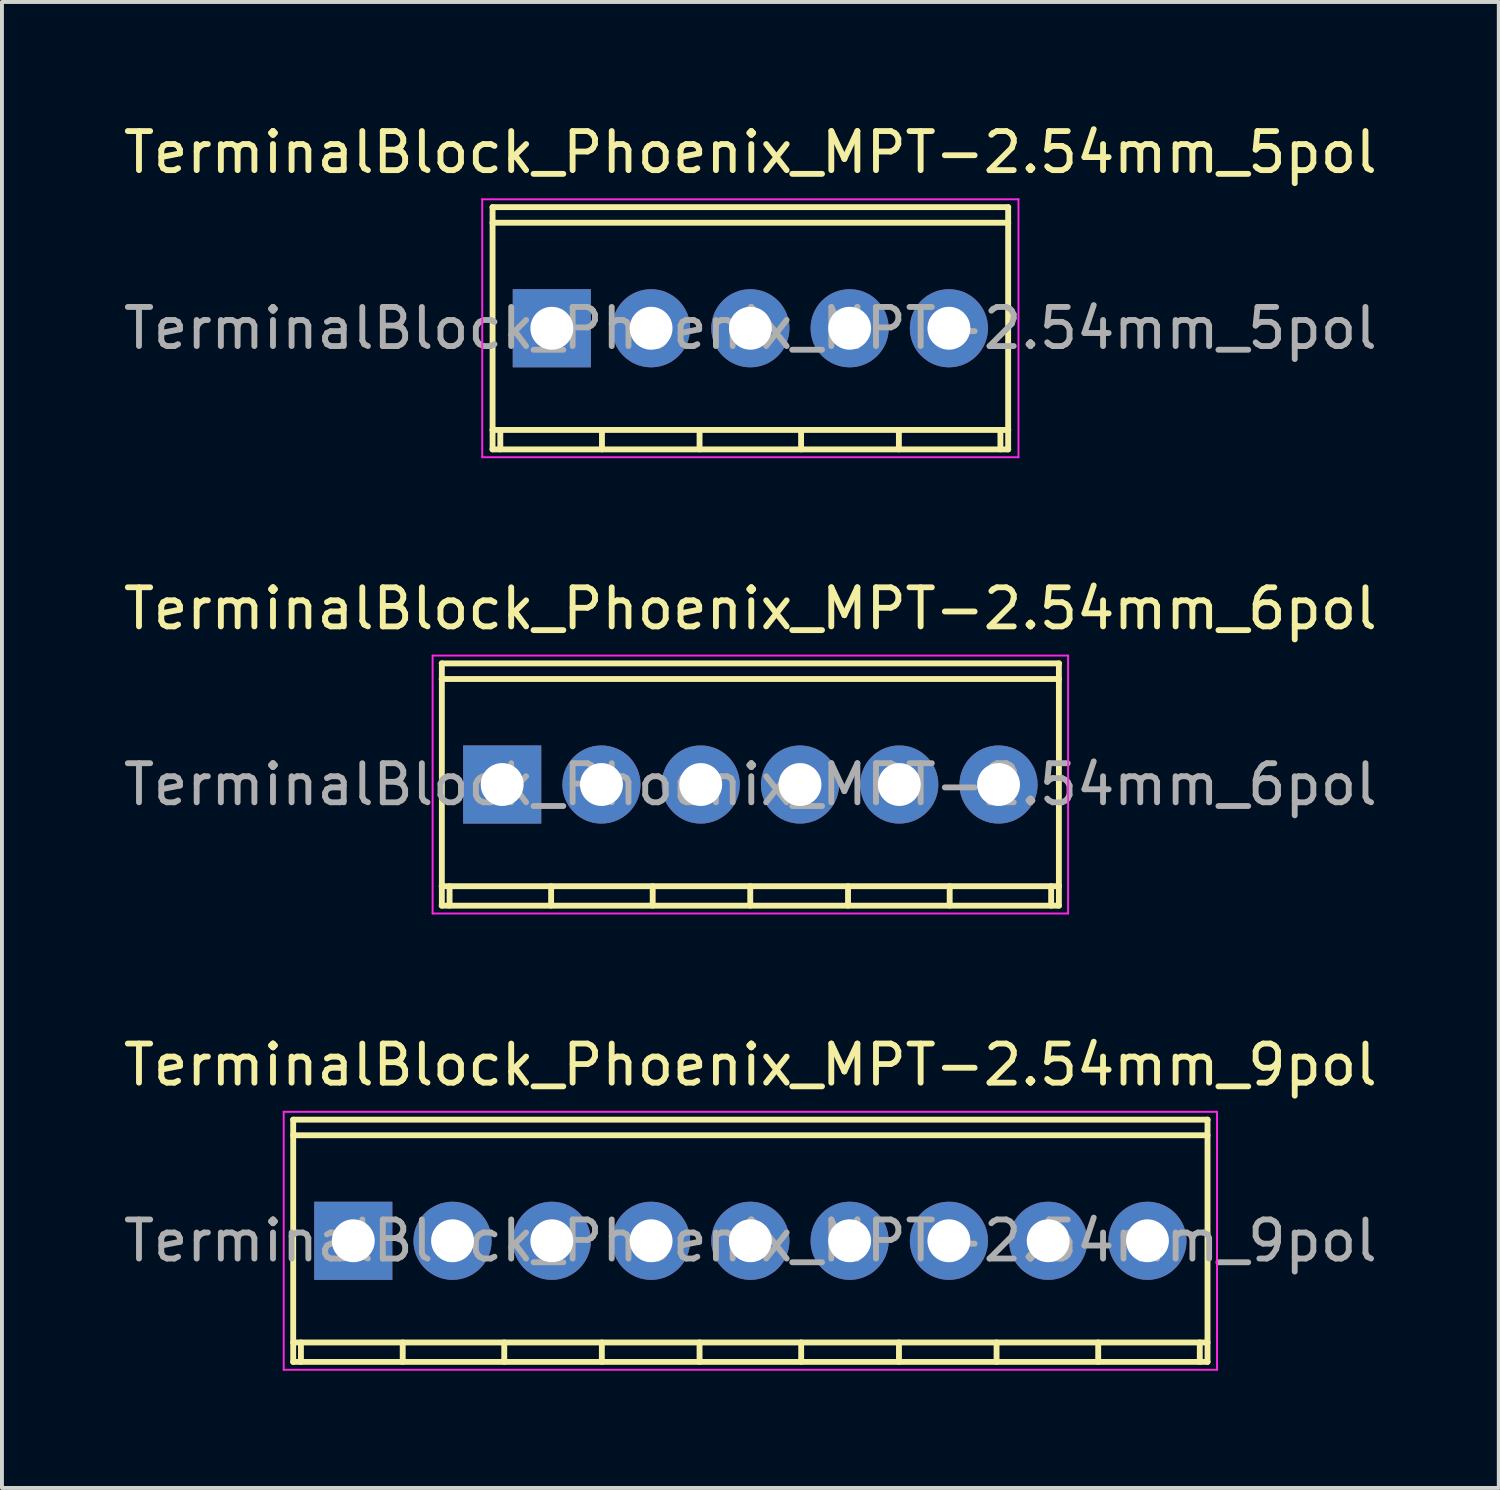
<source format=kicad_pcb>
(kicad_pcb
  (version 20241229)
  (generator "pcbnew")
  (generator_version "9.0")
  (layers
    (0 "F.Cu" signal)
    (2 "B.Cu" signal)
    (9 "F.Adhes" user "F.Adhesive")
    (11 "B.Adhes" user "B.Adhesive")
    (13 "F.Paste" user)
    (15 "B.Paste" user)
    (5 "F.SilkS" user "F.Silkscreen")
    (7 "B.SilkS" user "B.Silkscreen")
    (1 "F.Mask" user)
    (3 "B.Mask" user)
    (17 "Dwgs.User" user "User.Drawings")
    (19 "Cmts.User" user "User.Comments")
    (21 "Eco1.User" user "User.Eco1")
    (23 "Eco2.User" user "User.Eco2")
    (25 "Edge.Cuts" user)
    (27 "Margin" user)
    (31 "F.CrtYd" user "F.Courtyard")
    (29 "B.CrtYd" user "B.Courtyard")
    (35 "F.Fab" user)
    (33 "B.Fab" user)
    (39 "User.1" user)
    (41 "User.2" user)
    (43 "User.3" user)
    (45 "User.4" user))
  (footprint "TerminalBlock_Phoenix_MPT-2.54mm_9pol"
    (layer "F.Cu")
    (at 5.989 28.697)
    (property "Reference" "TerminalBlock_Phoenix_MPT-2.54mm_9pol" (at 10.16 -4.501 0) (layer "F.SilkS") (effects (font (size 1 1) (thickness 0.15))))
    (attr through_hole)
    (fp_line (start -1.539 -2.7) (end 21.859 -2.7) (stroke (width 0.15) (type solid)) (layer "F.SilkS"))
    (fp_line (start -1.539 3.099) (end 21.859 3.099) (stroke (width 0.15) (type solid)) (layer "F.SilkS"))
    (fp_line (start -1.537 -3.099) (end -1.537 3.099) (stroke (width 0.15) (type solid)) (layer "F.SilkS"))
    (fp_line (start -1.339 3.099) (end -1.339 2.601) (stroke (width 0.15) (type solid)) (layer "F.SilkS"))
    (fp_line (start 1.265 3.099) (end 1.265 2.601) (stroke (width 0.15) (type solid)) (layer "F.SilkS"))
    (fp_line (start 3.863 2.601) (end 3.863 3.099) (stroke (width 0.15) (type solid)) (layer "F.SilkS"))
    (fp_line (start 6.36 2.601) (end 6.36 3.099) (stroke (width 0.15) (type solid)) (layer "F.SilkS"))
    (fp_line (start 8.86 2.601) (end 8.86 3.099) (stroke (width 0.15) (type solid)) (layer "F.SilkS"))
    (fp_line (start 11.46 2.601) (end 11.46 3.099) (stroke (width 0.15) (type solid)) (layer "F.SilkS"))
    (fp_line (start 13.962 2.601) (end 13.962 3.099) (stroke (width 0.15) (type solid)) (layer "F.SilkS"))
    (fp_line (start 16.459 2.601) (end 16.459 3.099) (stroke (width 0.15) (type solid)) (layer "F.SilkS"))
    (fp_line (start 19.06 2.601) (end 19.06 3.099) (stroke (width 0.15) (type solid)) (layer "F.SilkS"))
    (fp_line (start 21.659 2.601) (end 21.659 3.099) (stroke (width 0.15) (type solid)) (layer "F.SilkS"))
    (fp_line (start 21.857 3.099) (end 21.857 -3.099) (stroke (width 0.15) (type solid)) (layer "F.SilkS"))
    (fp_line (start 21.859 -3.099) (end -1.539 -3.099) (stroke (width 0.15) (type solid)) (layer "F.SilkS"))
    (fp_line (start 21.859 2.601) (end -1.539 2.601) (stroke (width 0.15) (type solid)) (layer "F.SilkS"))
    (fp_line (start -1.78 -3.3) (end 22.1 -3.3) (stroke (width 0.05) (type solid)) (layer "F.CrtYd"))
    (fp_line (start -1.78 3.3) (end -1.78 -3.3) (stroke (width 0.05) (type solid)) (layer "F.CrtYd"))
    (fp_line (start 22.1 -3.3) (end 22.1 3.3) (stroke (width 0.05) (type solid)) (layer "F.CrtYd"))
    (fp_line (start 22.1 3.3) (end -1.78 3.3) (stroke (width 0.05) (type solid)) (layer "F.CrtYd"))
    (fp_text user "${REFERENCE}" (at 10.16 0 0) (layer "F.Fab") (effects (font (size 1 1) (thickness 0.15))))
    (pad "1" thru_hole rect (at 0 0 180) (size 1.999 1.999) (drill 1.097) (layers "*.Cu" "*.Mask"))
    (pad "2" thru_hole oval (at 2.54 0 180) (size 1.999 1.999) (drill 1.097) (layers "*.Cu" "*.Mask"))
    (pad "3" thru_hole oval (at 5.08 0 180) (size 1.999 1.999) (drill 1.097) (layers "*.Cu" "*.Mask"))
    (pad "4" thru_hole oval (at 7.62 0 180) (size 1.999 1.999) (drill 1.097) (layers "*.Cu" "*.Mask"))
    (pad "5" thru_hole oval (at 10.16 0 180) (size 1.999 1.999) (drill 1.097) (layers "*.Cu" "*.Mask"))
    (pad "6" thru_hole oval (at 12.7 0 180) (size 1.999 1.999) (drill 1.097) (layers "*.Cu" "*.Mask"))
    (pad "7" thru_hole oval (at 15.24 0 180) (size 1.999 1.999) (drill 1.097) (layers "*.Cu" "*.Mask"))
    (pad "8" thru_hole oval (at 17.78 0 180) (size 1.999 1.999) (drill 1.097) (layers "*.Cu" "*.Mask"))
    (pad "9" thru_hole oval (at 20.32 0 180) (size 1.999 1.999) (drill 1.097) (layers "*.Cu" "*.Mask")))
  (footprint "TerminalBlock_Phoenix_MPT-2.54mm_5pol"
    (layer "F.Cu")
    (at 11.069 5.349)
    (property "Reference" "TerminalBlock_Phoenix_MPT-2.54mm_5pol" (at 5.08 -4.501 0) (layer "F.SilkS") (effects (font (size 1 1) (thickness 0.15))))
    (attr through_hole)
    (fp_line (start -1.519 -2.7) (end 11.679 -2.7) (stroke (width 0.15) (type solid)) (layer "F.SilkS"))
    (fp_line (start -1.519 2.601) (end 11.679 2.601) (stroke (width 0.15) (type solid)) (layer "F.SilkS"))
    (fp_line (start -1.516 -3.099) (end -1.516 3.099) (stroke (width 0.15) (type solid)) (layer "F.SilkS"))
    (fp_line (start -1.318 3.099) (end -1.318 2.601) (stroke (width 0.15) (type solid)) (layer "F.SilkS"))
    (fp_line (start 1.283 3.099) (end 1.283 2.601) (stroke (width 0.15) (type solid)) (layer "F.SilkS"))
    (fp_line (start 3.78 2.601) (end 3.78 3.099) (stroke (width 0.15) (type solid)) (layer "F.SilkS"))
    (fp_line (start 6.378 2.601) (end 6.378 3.099) (stroke (width 0.15) (type solid)) (layer "F.SilkS"))
    (fp_line (start 8.88 2.601) (end 8.88 3.099) (stroke (width 0.15) (type solid)) (layer "F.SilkS"))
    (fp_line (start 11.478 2.601) (end 11.478 3.099) (stroke (width 0.15) (type solid)) (layer "F.SilkS"))
    (fp_line (start 11.676 3.099) (end 11.676 -3.099) (stroke (width 0.15) (type solid)) (layer "F.SilkS"))
    (fp_line (start 11.679 -3.099) (end -1.519 -3.099) (stroke (width 0.15) (type solid)) (layer "F.SilkS"))
    (fp_line (start 11.679 3.099) (end -1.519 3.099) (stroke (width 0.15) (type solid)) (layer "F.SilkS"))
    (fp_line (start -1.78 -3.3) (end 11.94 -3.3) (stroke (width 0.05) (type solid)) (layer "F.CrtYd"))
    (fp_line (start -1.78 3.3) (end -1.78 -3.3) (stroke (width 0.05) (type solid)) (layer "F.CrtYd"))
    (fp_line (start 11.94 -3.3) (end 11.94 3.3) (stroke (width 0.05) (type solid)) (layer "F.CrtYd"))
    (fp_line (start 11.94 3.3) (end -1.78 3.3) (stroke (width 0.05) (type solid)) (layer "F.CrtYd"))
    (fp_text user "${REFERENCE}" (at 5.08 0 0) (layer "F.Fab") (effects (font (size 1 1) (thickness 0.15))))
    (pad "1" thru_hole rect (at 0 0 180) (size 1.999 1.999) (drill 1.097) (layers "*.Cu" "*.Mask"))
    (pad "2" thru_hole oval (at 2.54 0 180) (size 1.999 1.999) (drill 1.097) (layers "*.Cu" "*.Mask"))
    (pad "3" thru_hole oval (at 5.08 0 180) (size 1.999 1.999) (drill 1.097) (layers "*.Cu" "*.Mask"))
    (pad "4" thru_hole oval (at 7.62 0 180) (size 1.999 1.999) (drill 1.097) (layers "*.Cu" "*.Mask"))
    (pad "5" thru_hole oval (at 10.16 0 180) (size 1.999 1.999) (drill 1.097) (layers "*.Cu" "*.Mask")))
  (footprint "TerminalBlock_Phoenix_MPT-2.54mm_6pol"
    (layer "F.Cu")
    (at 9.799 17.023)
    (property "Reference" "TerminalBlock_Phoenix_MPT-2.54mm_6pol" (at 6.35 -4.501 0) (layer "F.SilkS") (effects (font (size 1 1) (thickness 0.15))))
    (attr through_hole)
    (fp_line (start -1.549 3.099) (end 14.249 3.099) (stroke (width 0.15) (type solid)) (layer "F.SilkS"))
    (fp_line (start -1.544 -3.099) (end -1.544 3.099) (stroke (width 0.15) (type solid)) (layer "F.SilkS"))
    (fp_line (start -1.346 3.099) (end -1.346 2.601) (stroke (width 0.15) (type solid)) (layer "F.SilkS"))
    (fp_line (start 1.252 3.099) (end 1.252 2.601) (stroke (width 0.15) (type solid)) (layer "F.SilkS"))
    (fp_line (start 3.851 2.601) (end 3.851 3.099) (stroke (width 0.15) (type solid)) (layer "F.SilkS"))
    (fp_line (start 6.347 2.601) (end 6.347 3.099) (stroke (width 0.15) (type solid)) (layer "F.SilkS"))
    (fp_line (start 8.849 2.601) (end 8.849 3.099) (stroke (width 0.15) (type solid)) (layer "F.SilkS"))
    (fp_line (start 11.45 2.601) (end 11.45 3.099) (stroke (width 0.15) (type solid)) (layer "F.SilkS"))
    (fp_line (start 14.046 2.601) (end 14.046 3.099) (stroke (width 0.15) (type solid)) (layer "F.SilkS"))
    (fp_line (start 14.244 3.099) (end 14.244 -3.099) (stroke (width 0.15) (type solid)) (layer "F.SilkS"))
    (fp_line (start 14.249 -3.099) (end -1.549 -3.099) (stroke (width 0.15) (type solid)) (layer "F.SilkS"))
    (fp_line (start 14.249 -2.7) (end -1.549 -2.7) (stroke (width 0.15) (type solid)) (layer "F.SilkS"))
    (fp_line (start 14.249 2.601) (end -1.549 2.601) (stroke (width 0.15) (type solid)) (layer "F.SilkS"))
    (fp_line (start -1.78 -3.3) (end 14.48 -3.3) (stroke (width 0.05) (type solid)) (layer "F.CrtYd"))
    (fp_line (start -1.78 3.3) (end -1.78 -3.3) (stroke (width 0.05) (type solid)) (layer "F.CrtYd"))
    (fp_line (start 14.48 -3.3) (end 14.48 3.3) (stroke (width 0.05) (type solid)) (layer "F.CrtYd"))
    (fp_line (start 14.48 3.3) (end -1.78 3.3) (stroke (width 0.05) (type solid)) (layer "F.CrtYd"))
    (fp_text user "${REFERENCE}" (at 6.35 0 0) (layer "F.Fab") (effects (font (size 1 1) (thickness 0.15))))
    (pad "1" thru_hole rect (at 0 0 180) (size 1.999 1.999) (drill 1.097) (layers "*.Cu" "*.Mask"))
    (pad "2" thru_hole oval (at 2.54 0 180) (size 1.999 1.999) (drill 1.097) (layers "*.Cu" "*.Mask"))
    (pad "3" thru_hole oval (at 5.08 0 180) (size 1.999 1.999) (drill 1.097) (layers "*.Cu" "*.Mask"))
    (pad "4" thru_hole oval (at 7.62 0 180) (size 1.999 1.999) (drill 1.097) (layers "*.Cu" "*.Mask"))
    (pad "5" thru_hole oval (at 10.16 0 180) (size 1.999 1.999) (drill 1.097) (layers "*.Cu" "*.Mask"))
    (pad "6" thru_hole oval (at 12.7 0 180) (size 1.999 1.999) (drill 1.097) (layers "*.Cu" "*.Mask")))
  (gr_rect
    (start -3 -3)
    (end 35.298 35.022)
    (stroke (width 0.1) (type default))
    (fill no)
    (layer "Edge.Cuts")))
</source>
